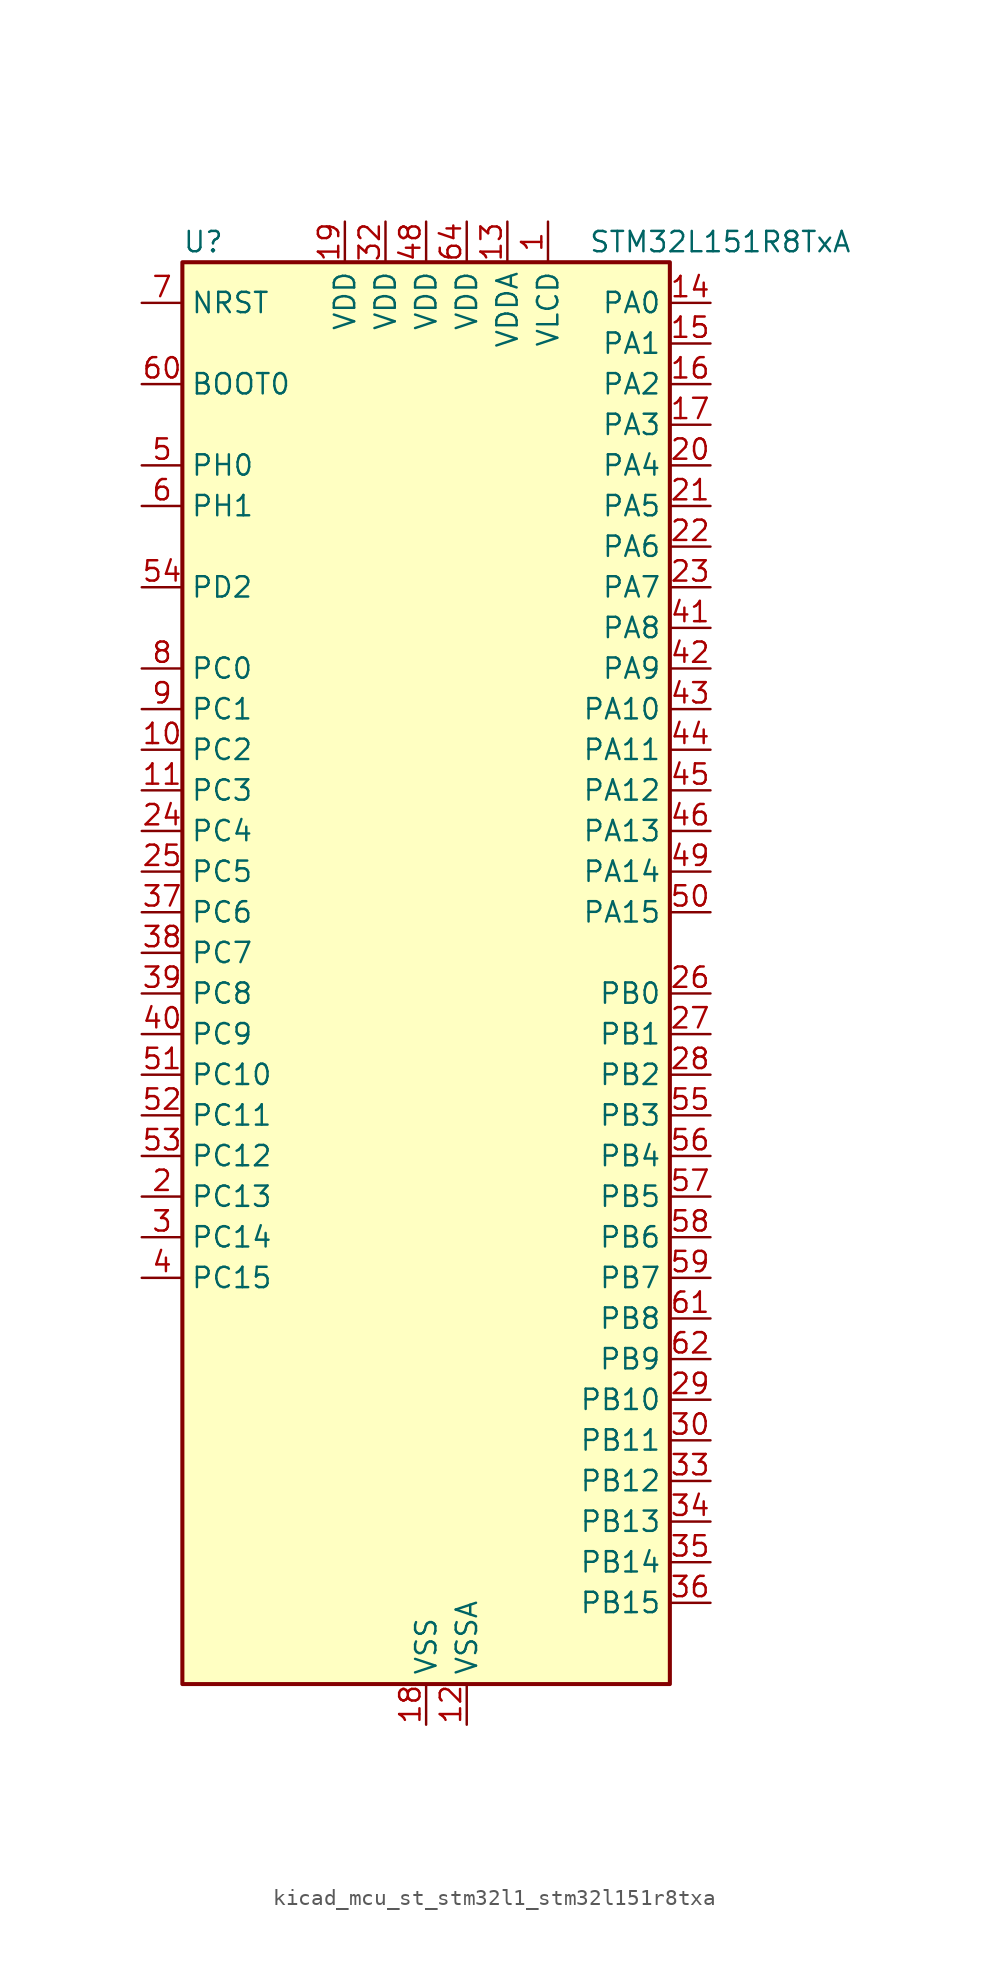
<source format=kicad_sym>
(kicad_symbol_lib
  (version 20220914)
  (generator kicad_symbol_editor)
  (symbol "kicad_mcu_st_stm32l1_stm32l151r8txa"
    (property "Reference" "U"
      (at -15.24 46.99 0)
      (effects (font (size 1.27 1.27)) (justify left)))
    (property "Value" "STM32L151R8TxA"
      (at 10.16 46.99 0)
      (effects (font (size 1.27 1.27)) (justify left)))
    (property "ki_locked" ""
      (at 0 0 0)
      (effects (font (size 1.27 1.27))))
    (symbol "kicad_mcu_st_stm32l1_stm32l151r8txa_0_1"
      (rectangle (start -15.24 -43.18) (end 15.24 45.72) (stroke (width 0.254) (type default)) (fill (type background))))
    (symbol "kicad_mcu_st_stm32l1_stm32l151r8txa_1_1"
      (pin power_in line (at 7.62 48.26 270) (length 2.54) (name "VLCD" (effects (font (size 1.27 1.27)))) (number "1" (effects (font (size 1.27 1.27)))))
      (pin bidirectional line (at -17.78 15.24 0) (length 2.54) (name "PC2" (effects (font (size 1.27 1.27)))) (number "10" (effects (font (size 1.27 1.27)))) (alternate "ADC_IN12" bidirectional line) (alternate "COMP1_INP" bidirectional line) (alternate "TIMX_IC3" bidirectional line) (alternate "TS_G8_IO3" bidirectional line))
      (pin bidirectional line (at -17.78 12.7 0) (length 2.54) (name "PC3" (effects (font (size 1.27 1.27)))) (number "11" (effects (font (size 1.27 1.27)))) (alternate "ADC_IN13" bidirectional line) (alternate "COMP1_INP" bidirectional line) (alternate "TIMX_IC4" bidirectional line) (alternate "TS_G8_IO4" bidirectional line))
      (pin power_in line (at 2.54 -45.72 90) (length 2.54) (name "VSSA" (effects (font (size 1.27 1.27)))) (number "12" (effects (font (size 1.27 1.27)))))
      (pin power_in line (at 5.08 48.26 270) (length 2.54) (name "VDDA" (effects (font (size 1.27 1.27)))) (number "13" (effects (font (size 1.27 1.27)))))
      (pin bidirectional line (at 17.78 43.18 180) (length 2.54) (name "PA0" (effects (font (size 1.27 1.27)))) (number "14" (effects (font (size 1.27 1.27)))) (alternate "ADC_IN0" bidirectional line) (alternate "COMP1_INP" bidirectional line) (alternate "RTC_TAMP2" bidirectional line) (alternate "SYS_WKUP1" bidirectional line) (alternate "TIM2_CH1" bidirectional line) (alternate "TIM2_ETR" bidirectional line) (alternate "TIMX_IC1" bidirectional line) (alternate "TS_G1_IO1" bidirectional line) (alternate "USART2_CTS" bidirectional line))
      (pin bidirectional line (at 17.78 40.64 180) (length 2.54) (name "PA1" (effects (font (size 1.27 1.27)))) (number "15" (effects (font (size 1.27 1.27)))) (alternate "ADC_IN1" bidirectional line) (alternate "COMP1_INP" bidirectional line) (alternate "TIM2_CH2" bidirectional line) (alternate "TIMX_IC2" bidirectional line) (alternate "TS_G1_IO2" bidirectional line) (alternate "USART2_RTS" bidirectional line))
      (pin bidirectional line (at 17.78 38.1 180) (length 2.54) (name "PA2" (effects (font (size 1.27 1.27)))) (number "16" (effects (font (size 1.27 1.27)))) (alternate "ADC_IN2" bidirectional line) (alternate "COMP1_INP" bidirectional line) (alternate "TIM2_CH3" bidirectional line) (alternate "TIM9_CH1" bidirectional line) (alternate "TIMX_IC3" bidirectional line) (alternate "TS_G1_IO3" bidirectional line) (alternate "USART2_TX" bidirectional line))
      (pin bidirectional line (at 17.78 35.56 180) (length 2.54) (name "PA3" (effects (font (size 1.27 1.27)))) (number "17" (effects (font (size 1.27 1.27)))) (alternate "ADC_IN3" bidirectional line) (alternate "COMP1_INP" bidirectional line) (alternate "TIM2_CH4" bidirectional line) (alternate "TIM9_CH2" bidirectional line) (alternate "TIMX_IC4" bidirectional line) (alternate "TS_G1_IO4" bidirectional line) (alternate "USART2_RX" bidirectional line))
      (pin power_in line (at 0 -45.72 90) (length 2.54) (name "VSS" (effects (font (size 1.27 1.27)))) (number "18" (effects (font (size 1.27 1.27)))))
      (pin power_in line (at -5.08 48.26 270) (length 2.54) (name "VDD" (effects (font (size 1.27 1.27)))) (number "19" (effects (font (size 1.27 1.27)))))
      (pin bidirectional line (at -17.78 -12.7 0) (length 2.54) (name "PC13" (effects (font (size 1.27 1.27)))) (number "2" (effects (font (size 1.27 1.27)))) (alternate "RTC_OUT_ALARM" bidirectional line) (alternate "RTC_OUT_CALIB" bidirectional line) (alternate "RTC_TAMP1" bidirectional line) (alternate "RTC_TS" bidirectional line) (alternate "SYS_WKUP2" bidirectional line) (alternate "TIMX_IC2" bidirectional line))
      (pin bidirectional line (at 17.78 33.02 180) (length 2.54) (name "PA4" (effects (font (size 1.27 1.27)))) (number "20" (effects (font (size 1.27 1.27)))) (alternate "ADC_IN4" bidirectional line) (alternate "COMP1_INP" bidirectional line) (alternate "DAC_OUT1" bidirectional line) (alternate "SPI1_NSS" bidirectional line) (alternate "TIMX_IC1" bidirectional line) (alternate "USART2_CK" bidirectional line))
      (pin bidirectional line (at 17.78 30.48 180) (length 2.54) (name "PA5" (effects (font (size 1.27 1.27)))) (number "21" (effects (font (size 1.27 1.27)))) (alternate "ADC_IN5" bidirectional line) (alternate "COMP1_INP" bidirectional line) (alternate "DAC_OUT2" bidirectional line) (alternate "SPI1_SCK" bidirectional line) (alternate "TIM2_CH1" bidirectional line) (alternate "TIM2_ETR" bidirectional line) (alternate "TIMX_IC2" bidirectional line))
      (pin bidirectional line (at 17.78 27.94 180) (length 2.54) (name "PA6" (effects (font (size 1.27 1.27)))) (number "22" (effects (font (size 1.27 1.27)))) (alternate "ADC_IN6" bidirectional line) (alternate "COMP1_INP" bidirectional line) (alternate "SPI1_MISO" bidirectional line) (alternate "TIM10_CH1" bidirectional line) (alternate "TIM3_CH1" bidirectional line) (alternate "TIMX_IC3" bidirectional line) (alternate "TS_G2_IO1" bidirectional line))
      (pin bidirectional line (at 17.78 25.4 180) (length 2.54) (name "PA7" (effects (font (size 1.27 1.27)))) (number "23" (effects (font (size 1.27 1.27)))) (alternate "ADC_IN7" bidirectional line) (alternate "COMP1_INP" bidirectional line) (alternate "SPI1_MOSI" bidirectional line) (alternate "TIM11_CH1" bidirectional line) (alternate "TIM3_CH2" bidirectional line) (alternate "TIMX_IC4" bidirectional line) (alternate "TS_G2_IO2" bidirectional line))
      (pin bidirectional line (at -17.78 10.16 0) (length 2.54) (name "PC4" (effects (font (size 1.27 1.27)))) (number "24" (effects (font (size 1.27 1.27)))) (alternate "ADC_IN14" bidirectional line) (alternate "COMP1_INP" bidirectional line) (alternate "TIMX_IC1" bidirectional line) (alternate "TS_G9_IO1" bidirectional line))
      (pin bidirectional line (at -17.78 7.62 0) (length 2.54) (name "PC5" (effects (font (size 1.27 1.27)))) (number "25" (effects (font (size 1.27 1.27)))) (alternate "ADC_IN15" bidirectional line) (alternate "COMP1_INP" bidirectional line) (alternate "TIMX_IC2" bidirectional line) (alternate "TS_G9_IO2" bidirectional line))
      (pin bidirectional line (at 17.78 0 180) (length 2.54) (name "PB0" (effects (font (size 1.27 1.27)))) (number "26" (effects (font (size 1.27 1.27)))) (alternate "ADC_IN8" bidirectional line) (alternate "COMP1_INP" bidirectional line) (alternate "SYS_V_REF_OUT" bidirectional line) (alternate "TIM3_CH3" bidirectional line) (alternate "TS_G3_IO1" bidirectional line))
      (pin bidirectional line (at 17.78 -2.54 180) (length 2.54) (name "PB1" (effects (font (size 1.27 1.27)))) (number "27" (effects (font (size 1.27 1.27)))) (alternate "ADC_IN9" bidirectional line) (alternate "COMP1_INP" bidirectional line) (alternate "SYS_V_REF_OUT" bidirectional line) (alternate "TIM3_CH4" bidirectional line) (alternate "TS_G3_IO2" bidirectional line))
      (pin bidirectional line (at 17.78 -5.08 180) (length 2.54) (name "PB2" (effects (font (size 1.27 1.27)))) (number "28" (effects (font (size 1.27 1.27)))) (alternate "TS_G3_IO3" bidirectional line))
      (pin bidirectional line (at 17.78 -25.4 180) (length 2.54) (name "PB10" (effects (font (size 1.27 1.27)))) (number "29" (effects (font (size 1.27 1.27)))) (alternate "I2C2_SCL" bidirectional line) (alternate "TIM2_CH3" bidirectional line) (alternate "USART3_TX" bidirectional line))
      (pin bidirectional line (at -17.78 -15.24 0) (length 2.54) (name "PC14" (effects (font (size 1.27 1.27)))) (number "3" (effects (font (size 1.27 1.27)))) (alternate "RCC_OSC32_IN" bidirectional line) (alternate "TIMX_IC3" bidirectional line))
      (pin bidirectional line (at 17.78 -27.94 180) (length 2.54) (name "PB11" (effects (font (size 1.27 1.27)))) (number "30" (effects (font (size 1.27 1.27)))) (alternate "ADC_EXTI11" bidirectional line) (alternate "I2C2_SDA" bidirectional line) (alternate "TIM2_CH4" bidirectional line) (alternate "USART3_RX" bidirectional line))
      (pin passive line (at 0 -45.72 90) (length 2.54) hide (name "VSS" (effects (font (size 1.27 1.27)))) (number "31" (effects (font (size 1.27 1.27)))))
      (pin power_in line (at -2.54 48.26 270) (length 2.54) (name "VDD" (effects (font (size 1.27 1.27)))) (number "32" (effects (font (size 1.27 1.27)))))
      (pin bidirectional line (at 17.78 -30.48 180) (length 2.54) (name "PB12" (effects (font (size 1.27 1.27)))) (number "33" (effects (font (size 1.27 1.27)))) (alternate "ADC_IN18" bidirectional line) (alternate "COMP1_INP" bidirectional line) (alternate "I2C2_SMBA" bidirectional line) (alternate "SPI2_NSS" bidirectional line) (alternate "TIM10_CH1" bidirectional line) (alternate "TS_G7_IO1" bidirectional line) (alternate "USART3_CK" bidirectional line))
      (pin bidirectional line (at 17.78 -33.02 180) (length 2.54) (name "PB13" (effects (font (size 1.27 1.27)))) (number "34" (effects (font (size 1.27 1.27)))) (alternate "ADC_IN19" bidirectional line) (alternate "COMP1_INP" bidirectional line) (alternate "SPI2_SCK" bidirectional line) (alternate "TIM9_CH1" bidirectional line) (alternate "TS_G7_IO2" bidirectional line) (alternate "USART3_CTS" bidirectional line))
      (pin bidirectional line (at 17.78 -35.56 180) (length 2.54) (name "PB14" (effects (font (size 1.27 1.27)))) (number "35" (effects (font (size 1.27 1.27)))) (alternate "ADC_IN20" bidirectional line) (alternate "COMP1_INP" bidirectional line) (alternate "SPI2_MISO" bidirectional line) (alternate "TIM9_CH2" bidirectional line) (alternate "TS_G7_IO3" bidirectional line) (alternate "USART3_RTS" bidirectional line))
      (pin bidirectional line (at 17.78 -38.1 180) (length 2.54) (name "PB15" (effects (font (size 1.27 1.27)))) (number "36" (effects (font (size 1.27 1.27)))) (alternate "ADC_EXTI15" bidirectional line) (alternate "ADC_IN21" bidirectional line) (alternate "COMP1_INP" bidirectional line) (alternate "RTC_REFIN" bidirectional line) (alternate "SPI2_MOSI" bidirectional line) (alternate "TIM11_CH1" bidirectional line) (alternate "TS_G7_IO4" bidirectional line))
      (pin bidirectional line (at -17.78 5.08 0) (length 2.54) (name "PC6" (effects (font (size 1.27 1.27)))) (number "37" (effects (font (size 1.27 1.27)))) (alternate "TIM3_CH1" bidirectional line) (alternate "TIMX_IC3" bidirectional line) (alternate "TS_G10_IO1" bidirectional line))
      (pin bidirectional line (at -17.78 2.54 0) (length 2.54) (name "PC7" (effects (font (size 1.27 1.27)))) (number "38" (effects (font (size 1.27 1.27)))) (alternate "TIM3_CH2" bidirectional line) (alternate "TIMX_IC4" bidirectional line) (alternate "TS_G10_IO2" bidirectional line))
      (pin bidirectional line (at -17.78 0 0) (length 2.54) (name "PC8" (effects (font (size 1.27 1.27)))) (number "39" (effects (font (size 1.27 1.27)))) (alternate "TIM3_CH3" bidirectional line) (alternate "TIMX_IC1" bidirectional line) (alternate "TS_G10_IO3" bidirectional line))
      (pin bidirectional line (at -17.78 -17.78 0) (length 2.54) (name "PC15" (effects (font (size 1.27 1.27)))) (number "4" (effects (font (size 1.27 1.27)))) (alternate "ADC_EXTI15" bidirectional line) (alternate "RCC_OSC32_OUT" bidirectional line) (alternate "TIMX_IC4" bidirectional line))
      (pin bidirectional line (at -17.78 -2.54 0) (length 2.54) (name "PC9" (effects (font (size 1.27 1.27)))) (number "40" (effects (font (size 1.27 1.27)))) (alternate "DAC_EXTI9" bidirectional line) (alternate "TIM3_CH4" bidirectional line) (alternate "TIMX_IC2" bidirectional line) (alternate "TS_G10_IO4" bidirectional line))
      (pin bidirectional line (at 17.78 22.86 180) (length 2.54) (name "PA8" (effects (font (size 1.27 1.27)))) (number "41" (effects (font (size 1.27 1.27)))) (alternate "RCC_MCO" bidirectional line) (alternate "TIMX_IC1" bidirectional line) (alternate "TS_G4_IO1" bidirectional line) (alternate "USART1_CK" bidirectional line))
      (pin bidirectional line (at 17.78 20.32 180) (length 2.54) (name "PA9" (effects (font (size 1.27 1.27)))) (number "42" (effects (font (size 1.27 1.27)))) (alternate "DAC_EXTI9" bidirectional line) (alternate "TIMX_IC2" bidirectional line) (alternate "TS_G4_IO2" bidirectional line) (alternate "USART1_TX" bidirectional line))
      (pin bidirectional line (at 17.78 17.78 180) (length 2.54) (name "PA10" (effects (font (size 1.27 1.27)))) (number "43" (effects (font (size 1.27 1.27)))) (alternate "TIMX_IC3" bidirectional line) (alternate "TS_G4_IO3" bidirectional line) (alternate "USART1_RX" bidirectional line))
      (pin bidirectional line (at 17.78 15.24 180) (length 2.54) (name "PA11" (effects (font (size 1.27 1.27)))) (number "44" (effects (font (size 1.27 1.27)))) (alternate "ADC_EXTI11" bidirectional line) (alternate "SPI1_MISO" bidirectional line) (alternate "TIMX_IC4" bidirectional line) (alternate "USART1_CTS" bidirectional line) (alternate "USB_DM" bidirectional line))
      (pin bidirectional line (at 17.78 12.7 180) (length 2.54) (name "PA12" (effects (font (size 1.27 1.27)))) (number "45" (effects (font (size 1.27 1.27)))) (alternate "SPI1_MOSI" bidirectional line) (alternate "TIMX_IC1" bidirectional line) (alternate "USART1_RTS" bidirectional line) (alternate "USB_DP" bidirectional line))
      (pin bidirectional line (at 17.78 10.16 180) (length 2.54) (name "PA13" (effects (font (size 1.27 1.27)))) (number "46" (effects (font (size 1.27 1.27)))) (alternate "SYS_JTMS-SWDIO" bidirectional line) (alternate "TIMX_IC2" bidirectional line) (alternate "TS_G5_IO1" bidirectional line))
      (pin passive line (at 0 -45.72 90) (length 2.54) hide (name "VSS" (effects (font (size 1.27 1.27)))) (number "47" (effects (font (size 1.27 1.27)))))
      (pin power_in line (at 0 48.26 270) (length 2.54) (name "VDD" (effects (font (size 1.27 1.27)))) (number "48" (effects (font (size 1.27 1.27)))))
      (pin bidirectional line (at 17.78 7.62 180) (length 2.54) (name "PA14" (effects (font (size 1.27 1.27)))) (number "49" (effects (font (size 1.27 1.27)))) (alternate "SYS_JTCK-SWCLK" bidirectional line) (alternate "TIMX_IC3" bidirectional line) (alternate "TS_G5_IO2" bidirectional line))
      (pin bidirectional line (at -17.78 33.02 0) (length 2.54) (name "PH0" (effects (font (size 1.27 1.27)))) (number "5" (effects (font (size 1.27 1.27)))) (alternate "RCC_OSC_IN" bidirectional line))
      (pin bidirectional line (at 17.78 5.08 180) (length 2.54) (name "PA15" (effects (font (size 1.27 1.27)))) (number "50" (effects (font (size 1.27 1.27)))) (alternate "ADC_EXTI15" bidirectional line) (alternate "SPI1_NSS" bidirectional line) (alternate "SYS_JTDI" bidirectional line) (alternate "TIM2_CH1" bidirectional line) (alternate "TIM2_ETR" bidirectional line) (alternate "TIMX_IC4" bidirectional line) (alternate "TS_G5_IO3" bidirectional line))
      (pin bidirectional line (at -17.78 -5.08 0) (length 2.54) (name "PC10" (effects (font (size 1.27 1.27)))) (number "51" (effects (font (size 1.27 1.27)))) (alternate "TIMX_IC3" bidirectional line) (alternate "USART3_TX" bidirectional line))
      (pin bidirectional line (at -17.78 -7.62 0) (length 2.54) (name "PC11" (effects (font (size 1.27 1.27)))) (number "52" (effects (font (size 1.27 1.27)))) (alternate "ADC_EXTI11" bidirectional line) (alternate "TIMX_IC4" bidirectional line) (alternate "USART3_RX" bidirectional line))
      (pin bidirectional line (at -17.78 -10.16 0) (length 2.54) (name "PC12" (effects (font (size 1.27 1.27)))) (number "53" (effects (font (size 1.27 1.27)))) (alternate "TIMX_IC1" bidirectional line) (alternate "USART3_CK" bidirectional line))
      (pin bidirectional line (at -17.78 25.4 0) (length 2.54) (name "PD2" (effects (font (size 1.27 1.27)))) (number "54" (effects (font (size 1.27 1.27)))) (alternate "TIM3_ETR" bidirectional line) (alternate "TIMX_IC3" bidirectional line))
      (pin bidirectional line (at 17.78 -7.62 180) (length 2.54) (name "PB3" (effects (font (size 1.27 1.27)))) (number "55" (effects (font (size 1.27 1.27)))) (alternate "COMP2_INM" bidirectional line) (alternate "SPI1_SCK" bidirectional line) (alternate "SYS_JTDO-TRACESWO" bidirectional line) (alternate "TIM2_CH2" bidirectional line))
      (pin bidirectional line (at 17.78 -10.16 180) (length 2.54) (name "PB4" (effects (font (size 1.27 1.27)))) (number "56" (effects (font (size 1.27 1.27)))) (alternate "COMP2_INP" bidirectional line) (alternate "SPI1_MISO" bidirectional line) (alternate "SYS_JTRST" bidirectional line) (alternate "TIM3_CH1" bidirectional line) (alternate "TS_G6_IO1" bidirectional line))
      (pin bidirectional line (at 17.78 -12.7 180) (length 2.54) (name "PB5" (effects (font (size 1.27 1.27)))) (number "57" (effects (font (size 1.27 1.27)))) (alternate "COMP2_INP" bidirectional line) (alternate "I2C1_SMBA" bidirectional line) (alternate "SPI1_MOSI" bidirectional line) (alternate "TIM3_CH2" bidirectional line) (alternate "TS_G6_IO2" bidirectional line))
      (pin bidirectional line (at 17.78 -15.24 180) (length 2.54) (name "PB6" (effects (font (size 1.27 1.27)))) (number "58" (effects (font (size 1.27 1.27)))) (alternate "I2C1_SCL" bidirectional line) (alternate "TIM4_CH1" bidirectional line) (alternate "TS_G6_IO3" bidirectional line) (alternate "USART1_TX" bidirectional line))
      (pin bidirectional line (at 17.78 -17.78 180) (length 2.54) (name "PB7" (effects (font (size 1.27 1.27)))) (number "59" (effects (font (size 1.27 1.27)))) (alternate "I2C1_SDA" bidirectional line) (alternate "SYS_PVD_IN" bidirectional line) (alternate "TIM4_CH2" bidirectional line) (alternate "TS_G6_IO4" bidirectional line) (alternate "USART1_RX" bidirectional line))
      (pin bidirectional line (at -17.78 30.48 0) (length 2.54) (name "PH1" (effects (font (size 1.27 1.27)))) (number "6" (effects (font (size 1.27 1.27)))) (alternate "RCC_OSC_OUT" bidirectional line))
      (pin input line (at -17.78 38.1 0) (length 2.54) (name "BOOT0" (effects (font (size 1.27 1.27)))) (number "60" (effects (font (size 1.27 1.27)))))
      (pin bidirectional line (at 17.78 -20.32 180) (length 2.54) (name "PB8" (effects (font (size 1.27 1.27)))) (number "61" (effects (font (size 1.27 1.27)))) (alternate "I2C1_SCL" bidirectional line) (alternate "TIM10_CH1" bidirectional line) (alternate "TIM4_CH3" bidirectional line))
      (pin bidirectional line (at 17.78 -22.86 180) (length 2.54) (name "PB9" (effects (font (size 1.27 1.27)))) (number "62" (effects (font (size 1.27 1.27)))) (alternate "DAC_EXTI9" bidirectional line) (alternate "I2C1_SDA" bidirectional line) (alternate "TIM11_CH1" bidirectional line) (alternate "TIM4_CH4" bidirectional line))
      (pin passive line (at 0 -45.72 90) (length 2.54) hide (name "VSS" (effects (font (size 1.27 1.27)))) (number "63" (effects (font (size 1.27 1.27)))))
      (pin power_in line (at 2.54 48.26 270) (length 2.54) (name "VDD" (effects (font (size 1.27 1.27)))) (number "64" (effects (font (size 1.27 1.27)))))
      (pin input line (at -17.78 43.18 0) (length 2.54) (name "NRST" (effects (font (size 1.27 1.27)))) (number "7" (effects (font (size 1.27 1.27)))))
      (pin bidirectional line (at -17.78 20.32 0) (length 2.54) (name "PC0" (effects (font (size 1.27 1.27)))) (number "8" (effects (font (size 1.27 1.27)))) (alternate "ADC_IN10" bidirectional line) (alternate "COMP1_INP" bidirectional line) (alternate "TIMX_IC1" bidirectional line) (alternate "TS_G8_IO1" bidirectional line))
      (pin bidirectional line (at -17.78 17.78 0) (length 2.54) (name "PC1" (effects (font (size 1.27 1.27)))) (number "9" (effects (font (size 1.27 1.27)))) (alternate "ADC_IN11" bidirectional line) (alternate "COMP1_INP" bidirectional line) (alternate "TIMX_IC2" bidirectional line) (alternate "TS_G8_IO2" bidirectional line)))))
</source>
